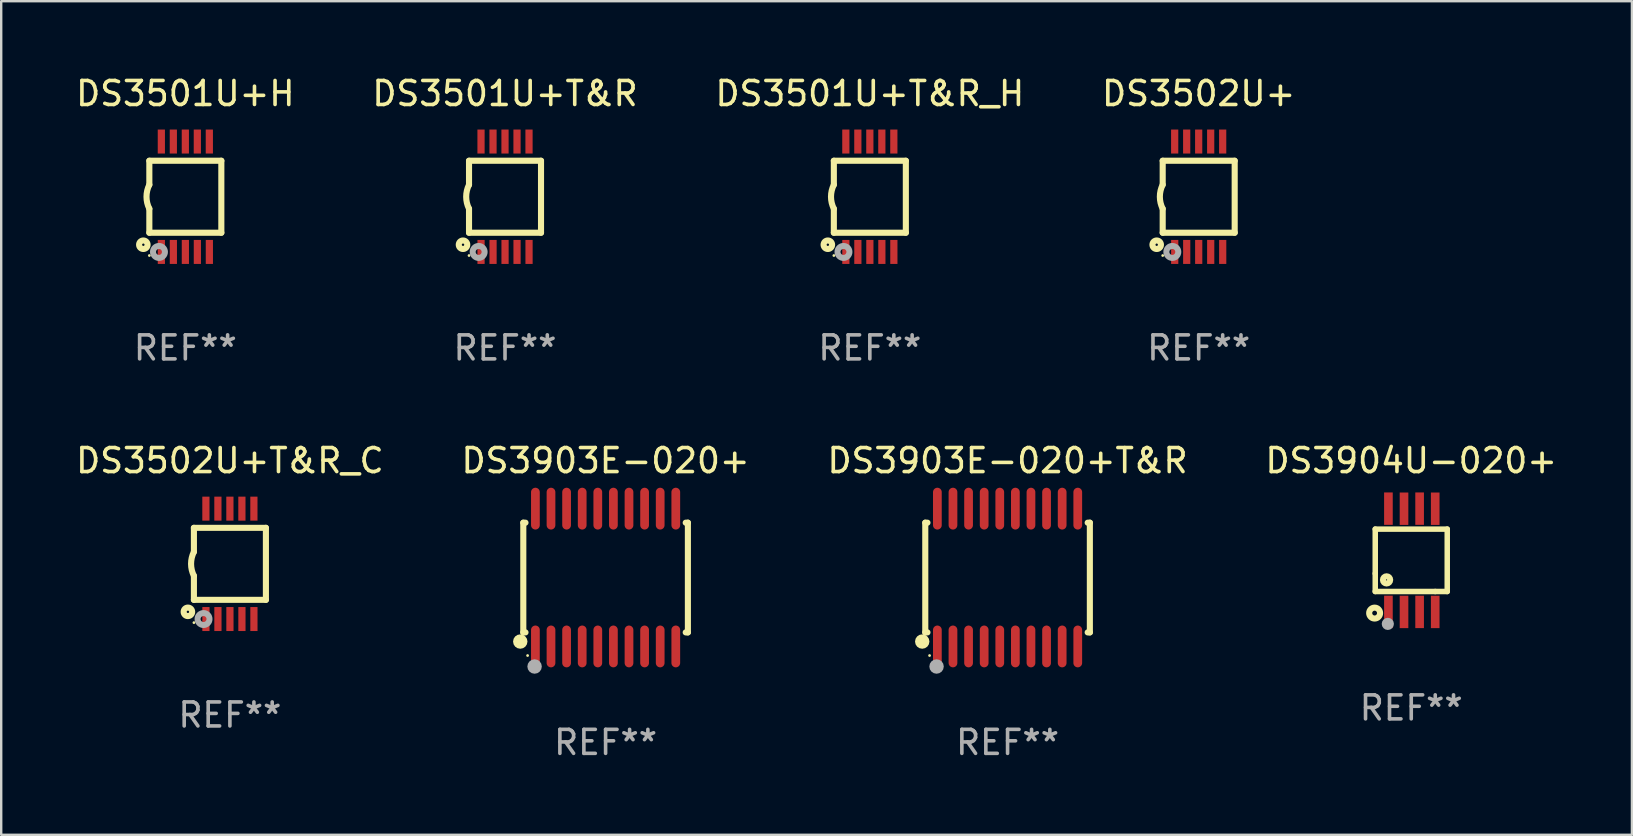
<source format=kicad_pcb>
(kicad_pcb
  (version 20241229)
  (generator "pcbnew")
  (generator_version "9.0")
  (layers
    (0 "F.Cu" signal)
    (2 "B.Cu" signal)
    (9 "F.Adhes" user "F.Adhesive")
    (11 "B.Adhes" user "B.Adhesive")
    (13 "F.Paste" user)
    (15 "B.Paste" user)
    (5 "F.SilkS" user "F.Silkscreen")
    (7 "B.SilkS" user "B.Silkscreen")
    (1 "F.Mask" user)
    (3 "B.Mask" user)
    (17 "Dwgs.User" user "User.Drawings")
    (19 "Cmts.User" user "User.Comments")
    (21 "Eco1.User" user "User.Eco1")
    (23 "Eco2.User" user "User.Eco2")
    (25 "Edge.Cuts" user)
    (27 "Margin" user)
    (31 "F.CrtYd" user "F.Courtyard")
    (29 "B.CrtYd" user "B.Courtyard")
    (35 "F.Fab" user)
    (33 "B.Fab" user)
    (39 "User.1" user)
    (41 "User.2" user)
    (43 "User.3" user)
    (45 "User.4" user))
  (footprint "DS3903E-020+T&R"
    (layer "F.Cu")
    (at 38.935 21.016)
    (property "Reference" "DS3903E-020+T&R" (at 0 -4.871 0) (layer "F.SilkS") (effects (font (size 1 1) (thickness 0.15))))
    (attr through_hole)
    (fp_line (start -3.429 -2.286) (end -3.429 2.286) (stroke (width 0.254) (type solid)) (layer "F.SilkS"))
    (fp_line (start -3.429 2.286) (end -3.338 2.286) (stroke (width 0.254) (type solid)) (layer "F.SilkS"))
    (fp_line (start -3.338 -2.286) (end -3.429 -2.286) (stroke (width 0.254) (type solid)) (layer "F.SilkS"))
    (fp_line (start 3.338 -2.286) (end 3.429 -2.286) (stroke (width 0.254) (type solid)) (layer "F.SilkS"))
    (fp_line (start 3.429 -2.286) (end 3.429 2.286) (stroke (width 0.254) (type solid)) (layer "F.SilkS"))
    (fp_line (start 3.429 2.286) (end 3.338 2.286) (stroke (width 0.254) (type solid)) (layer "F.SilkS"))
    (fp_circle (center -3.556 2.667) (end -3.406 2.667) (stroke (width 0.3) (type solid)) (fill no) (layer "F.SilkS"))
    (fp_circle (center -3.25 3.25) (end -3.22 3.25) (stroke (width 0.06) (type solid)) (fill no) (layer "F.SilkS"))
    (fp_circle (center -2.959 3.707) (end -2.808 3.707) (stroke (width 0.3) (type solid)) (fill no) (layer "F.Fab"))
    (fp_text user "REF**" (at 0 6.871 0) (layer "F.Fab") (effects (font (size 1 1) (thickness 0.15))))
    (pad "1" smd oval (at -2.925 2.871) (size 0.364 1.742) (layers "F.Cu" "F.Mask" "F.Paste"))
    (pad "2" smd oval (at -2.275 2.871) (size 0.364 1.742) (layers "F.Cu" "F.Mask" "F.Paste"))
    (pad "3" smd oval (at -1.625 2.871) (size 0.364 1.742) (layers "F.Cu" "F.Mask" "F.Paste"))
    (pad "4" smd oval (at -0.975 2.871) (size 0.364 1.742) (layers "F.Cu" "F.Mask" "F.Paste"))
    (pad "5" smd oval (at -0.325 2.871) (size 0.364 1.742) (layers "F.Cu" "F.Mask" "F.Paste"))
    (pad "6" smd oval (at 0.325 2.871) (size 0.364 1.742) (layers "F.Cu" "F.Mask" "F.Paste"))
    (pad "7" smd oval (at 0.975 2.871) (size 0.364 1.742) (layers "F.Cu" "F.Mask" "F.Paste"))
    (pad "8" smd oval (at 1.625 2.871) (size 0.364 1.742) (layers "F.Cu" "F.Mask" "F.Paste"))
    (pad "9" smd oval (at 2.275 2.871) (size 0.364 1.742) (layers "F.Cu" "F.Mask" "F.Paste"))
    (pad "10" smd oval (at 2.925 2.871) (size 0.364 1.742) (layers "F.Cu" "F.Mask" "F.Paste"))
    (pad "11" smd oval (at 2.925 -2.871) (size 0.364 1.742) (layers "F.Cu" "F.Mask" "F.Paste"))
    (pad "12" smd oval (at 2.275 -2.871) (size 0.364 1.742) (layers "F.Cu" "F.Mask" "F.Paste"))
    (pad "13" smd oval (at 1.625 -2.871) (size 0.364 1.742) (layers "F.Cu" "F.Mask" "F.Paste"))
    (pad "14" smd oval (at 0.975 -2.871) (size 0.364 1.742) (layers "F.Cu" "F.Mask" "F.Paste"))
    (pad "15" smd oval (at 0.325 -2.871) (size 0.364 1.742) (layers "F.Cu" "F.Mask" "F.Paste"))
    (pad "16" smd oval (at -0.325 -2.871) (size 0.364 1.742) (layers "F.Cu" "F.Mask" "F.Paste"))
    (pad "17" smd oval (at -0.975 -2.871) (size 0.364 1.742) (layers "F.Cu" "F.Mask" "F.Paste"))
    (pad "18" smd oval (at -1.625 -2.871) (size 0.364 1.742) (layers "F.Cu" "F.Mask" "F.Paste"))
    (pad "19" smd oval (at -2.275 -2.871) (size 0.364 1.742) (layers "F.Cu" "F.Mask" "F.Paste"))
    (pad "20" smd oval (at -2.925 -2.871) (size 0.364 1.742) (layers "F.Cu" "F.Mask" "F.Paste")))
  (footprint "DS3904U-020+"
    (layer "F.Cu")
    (at 55.756 20.297)
    (property "Reference" "DS3904U-020+" (at 0 -4.152 0) (layer "F.SilkS") (effects (font (size 1 1) (thickness 0.15))))
    (attr through_hole)
    (fp_line (start -1.5 1.301) (end 1 1.301) (stroke (width 0.229) (type solid)) (layer "F.SilkS"))
    (fp_line (start -1.5 -1.299) (end -1.5 0.551) (stroke (width 0.229) (type solid)) (layer "F.SilkS"))
    (fp_line (start -1.5 0.551) (end -1.5 1.301) (stroke (width 0.229) (type solid)) (layer "F.SilkS"))
    (fp_line (start 1 1.301) (end 1.5 1.301) (stroke (width 0.229) (type solid)) (layer "F.SilkS"))
    (fp_line (start 1.5 1.301) (end 1.5 -1.299) (stroke (width 0.229) (type solid)) (layer "F.SilkS"))
    (fp_line (start 1.5 -1.299) (end -1.5 -1.299) (stroke (width 0.229) (type solid)) (layer "F.SilkS"))
    (fp_circle (center -1.526 2.2) (end -1.426 2.2) (stroke (width 0.254) (type solid)) (fill no) (layer "F.SilkS"))
    (fp_circle (center -1.476 2.45) (end -1.446 2.45) (stroke (width 0.06) (type solid)) (fill no) (layer "F.SilkS"))
    (fp_circle (center -1.028 0.817) (end -0.878 0.817) (stroke (width 0.254) (type solid)) (fill no) (layer "F.SilkS"))
    (fp_circle (center -0.976 2.65) (end -0.849 2.65) (stroke (width 0.254) (type solid)) (fill no) (layer "F.Fab"))
    (fp_text user "REF**" (at 0 6.152 0) (layer "F.Fab") (effects (font (size 1 1) (thickness 0.15))))
    (pad "1" smd rect (at -0.951 2.15) (size 0.36 1.35) (layers "F.Cu" "F.Mask" "F.Paste"))
    (pad "2" smd rect (at -0.301 2.152) (size 0.36 1.35) (layers "F.Cu" "F.Mask" "F.Paste"))
    (pad "3" smd rect (at 0.349 2.151) (size 0.36 1.35) (layers "F.Cu" "F.Mask" "F.Paste"))
    (pad "4" smd rect (at 0.999 2.152) (size 0.36 1.35) (layers "F.Cu" "F.Mask" "F.Paste"))
    (pad "5" smd rect (at 0.999 -2.149) (size 0.36 1.35) (layers "F.Cu" "F.Mask" "F.Paste"))
    (pad "6" smd rect (at 0.349 -2.152) (size 0.36 1.35) (layers "F.Cu" "F.Mask" "F.Paste"))
    (pad "7" smd rect (at -0.301 -2.149) (size 0.36 1.35) (layers "F.Cu" "F.Mask" "F.Paste"))
    (pad "8" smd rect (at -0.951 -2.152) (size 0.36 1.35) (layers "F.Cu" "F.Mask" "F.Paste")))
  (footprint "DS3501U+T&R"
    (layer "F.Cu")
    (at 17.994 5.148)
    (property "Reference" "DS3501U+T&R" (at 0 -4.3 0) (layer "F.SilkS") (effects (font (size 1 1) (thickness 0.15))))
    (attr through_hole)
    (fp_line (start -1.5 -1.5) (end -1.5 -0.5) (stroke (width 0.254) (type solid)) (layer "F.SilkS"))
    (fp_line (start -1.5 1.5) (end -1.5 0.5) (stroke (width 0.254) (type solid)) (layer "F.SilkS"))
    (fp_line (start -1.5 1.5) (end 1.5 1.5) (stroke (width 0.254) (type solid)) (layer "F.SilkS"))
    (fp_line (start 1.5 1.5) (end 1.5 -1.5) (stroke (width 0.254) (type solid)) (layer "F.SilkS"))
    (fp_line (start 1.5 -1.5) (end -1.5 -1.5) (stroke (width 0.254) (type solid)) (layer "F.SilkS"))
    (fp_arc (start -1.500165 0.5) (mid -1.618199 0) (end -1.500165 -0.5) (stroke (width 0.254001) (type solid)) (layer "F.SilkS"))
    (fp_circle (center -1.75 2) (end -1.573 2) (stroke (width 0.254) (type solid)) (fill no) (layer "F.SilkS"))
    (fp_circle (center -1.499 2.45) (end -1.469 2.45) (stroke (width 0.06) (type solid)) (fill no) (layer "F.SilkS"))
    (fp_circle (center -1.099 2.3) (end -0.975 2.3) (stroke (width 0.25) (type solid)) (fill no) (layer "F.Fab"))
    (fp_text user "REF**" (at 0 6.3 0) (layer "F.Fab") (effects (font (size 1 1) (thickness 0.15))))
    (pad "1" smd rect (at -0.999 2.3 180) (size 0.3 1) (layers "F.Cu" "F.Mask" "F.Paste"))
    (pad "2" smd rect (at -0.499 2.3 180) (size 0.3 1) (layers "F.Cu" "F.Mask" "F.Paste"))
    (pad "3" smd rect (at 0.001 2.3 180) (size 0.3 1) (layers "F.Cu" "F.Mask" "F.Paste"))
    (pad "4" smd rect (at 0.501 2.3 180) (size 0.3 1) (layers "F.Cu" "F.Mask" "F.Paste"))
    (pad "5" smd rect (at 1.001 2.3 180) (size 0.3 1) (layers "F.Cu" "F.Mask" "F.Paste"))
    (pad "6" smd rect (at 1 -2.3 180) (size 0.3 1) (layers "F.Cu" "F.Mask" "F.Paste"))
    (pad "7" smd rect (at 0.5 -2.3 180) (size 0.3 1) (layers "F.Cu" "F.Mask" "F.Paste"))
    (pad "8" smd rect (at -0.000165 -2.3 180) (size 0.3 1) (layers "F.Cu" "F.Mask" "F.Paste"))
    (pad "9" smd rect (at -0.5 -2.3 180) (size 0.3 1) (layers "F.Cu" "F.Mask" "F.Paste"))
    (pad "10" smd rect (at -1 -2.3 180) (size 0.3 1) (layers "F.Cu" "F.Mask" "F.Paste")))
  (footprint "DS3903E-020+"
    (layer "F.Cu")
    (at 22.185 21.016)
    (property "Reference" "DS3903E-020+" (at 0 -4.871 0) (layer "F.SilkS") (effects (font (size 1 1) (thickness 0.15))))
    (attr through_hole)
    (fp_line (start -3.429 -2.286) (end -3.429 2.286) (stroke (width 0.254) (type solid)) (layer "F.SilkS"))
    (fp_line (start -3.429 2.286) (end -3.338 2.286) (stroke (width 0.254) (type solid)) (layer "F.SilkS"))
    (fp_line (start -3.338 -2.286) (end -3.429 -2.286) (stroke (width 0.254) (type solid)) (layer "F.SilkS"))
    (fp_line (start 3.338 -2.286) (end 3.429 -2.286) (stroke (width 0.254) (type solid)) (layer "F.SilkS"))
    (fp_line (start 3.429 -2.286) (end 3.429 2.286) (stroke (width 0.254) (type solid)) (layer "F.SilkS"))
    (fp_line (start 3.429 2.286) (end 3.338 2.286) (stroke (width 0.254) (type solid)) (layer "F.SilkS"))
    (fp_circle (center -3.556 2.667) (end -3.406 2.667) (stroke (width 0.3) (type solid)) (fill no) (layer "F.SilkS"))
    (fp_circle (center -3.25 3.25) (end -3.22 3.25) (stroke (width 0.06) (type solid)) (fill no) (layer "F.SilkS"))
    (fp_circle (center -2.959 3.707) (end -2.808 3.707) (stroke (width 0.3) (type solid)) (fill no) (layer "F.Fab"))
    (fp_text user "REF**" (at 0 6.871 0) (layer "F.Fab") (effects (font (size 1 1) (thickness 0.15))))
    (pad "1" smd oval (at -2.925 2.871) (size 0.364 1.742) (layers "F.Cu" "F.Mask" "F.Paste"))
    (pad "2" smd oval (at -2.275 2.871) (size 0.364 1.742) (layers "F.Cu" "F.Mask" "F.Paste"))
    (pad "3" smd oval (at -1.625 2.871) (size 0.364 1.742) (layers "F.Cu" "F.Mask" "F.Paste"))
    (pad "4" smd oval (at -0.975 2.871) (size 0.364 1.742) (layers "F.Cu" "F.Mask" "F.Paste"))
    (pad "5" smd oval (at -0.325 2.871) (size 0.364 1.742) (layers "F.Cu" "F.Mask" "F.Paste"))
    (pad "6" smd oval (at 0.325 2.871) (size 0.364 1.742) (layers "F.Cu" "F.Mask" "F.Paste"))
    (pad "7" smd oval (at 0.975 2.871) (size 0.364 1.742) (layers "F.Cu" "F.Mask" "F.Paste"))
    (pad "8" smd oval (at 1.625 2.871) (size 0.364 1.742) (layers "F.Cu" "F.Mask" "F.Paste"))
    (pad "9" smd oval (at 2.275 2.871) (size 0.364 1.742) (layers "F.Cu" "F.Mask" "F.Paste"))
    (pad "10" smd oval (at 2.925 2.871) (size 0.364 1.742) (layers "F.Cu" "F.Mask" "F.Paste"))
    (pad "11" smd oval (at 2.925 -2.871) (size 0.364 1.742) (layers "F.Cu" "F.Mask" "F.Paste"))
    (pad "12" smd oval (at 2.275 -2.871) (size 0.364 1.742) (layers "F.Cu" "F.Mask" "F.Paste"))
    (pad "13" smd oval (at 1.625 -2.871) (size 0.364 1.742) (layers "F.Cu" "F.Mask" "F.Paste"))
    (pad "14" smd oval (at 0.975 -2.871) (size 0.364 1.742) (layers "F.Cu" "F.Mask" "F.Paste"))
    (pad "15" smd oval (at 0.325 -2.871) (size 0.364 1.742) (layers "F.Cu" "F.Mask" "F.Paste"))
    (pad "16" smd oval (at -0.325 -2.871) (size 0.364 1.742) (layers "F.Cu" "F.Mask" "F.Paste"))
    (pad "17" smd oval (at -0.975 -2.871) (size 0.364 1.742) (layers "F.Cu" "F.Mask" "F.Paste"))
    (pad "18" smd oval (at -1.625 -2.871) (size 0.364 1.742) (layers "F.Cu" "F.Mask" "F.Paste"))
    (pad "19" smd oval (at -2.275 -2.871) (size 0.364 1.742) (layers "F.Cu" "F.Mask" "F.Paste"))
    (pad "20" smd oval (at -2.925 -2.871) (size 0.364 1.742) (layers "F.Cu" "F.Mask" "F.Paste")))
  (footprint "DS3501U+T&R_H"
    (layer "F.Cu")
    (at 33.196 5.148)
    (property "Reference" "DS3501U+T&R_H" (at 0 -4.3 0) (layer "F.SilkS") (effects (font (size 1 1) (thickness 0.15))))
    (attr through_hole)
    (fp_line (start -1.5 -1.5) (end -1.5 -0.5) (stroke (width 0.254) (type solid)) (layer "F.SilkS"))
    (fp_line (start -1.5 1.5) (end -1.5 0.5) (stroke (width 0.254) (type solid)) (layer "F.SilkS"))
    (fp_line (start -1.5 1.5) (end 1.5 1.5) (stroke (width 0.254) (type solid)) (layer "F.SilkS"))
    (fp_line (start 1.5 1.5) (end 1.5 -1.5) (stroke (width 0.254) (type solid)) (layer "F.SilkS"))
    (fp_line (start 1.5 -1.5) (end -1.5 -1.5) (stroke (width 0.254) (type solid)) (layer "F.SilkS"))
    (fp_arc (start -1.500165 0.5) (mid -1.618199 0) (end -1.500165 -0.5) (stroke (width 0.254001) (type solid)) (layer "F.SilkS"))
    (fp_circle (center -1.75 2) (end -1.573 2) (stroke (width 0.254) (type solid)) (fill no) (layer "F.SilkS"))
    (fp_circle (center -1.499 2.45) (end -1.469 2.45) (stroke (width 0.06) (type solid)) (fill no) (layer "F.SilkS"))
    (fp_circle (center -1.099 2.3) (end -0.975 2.3) (stroke (width 0.25) (type solid)) (fill no) (layer "F.Fab"))
    (fp_text user "REF**" (at 0 6.3 0) (layer "F.Fab") (effects (font (size 1 1) (thickness 0.15))))
    (pad "1" smd rect (at -0.999 2.3 180) (size 0.3 1) (layers "F.Cu" "F.Mask" "F.Paste"))
    (pad "2" smd rect (at -0.499 2.3 180) (size 0.3 1) (layers "F.Cu" "F.Mask" "F.Paste"))
    (pad "3" smd rect (at 0.001 2.3 180) (size 0.3 1) (layers "F.Cu" "F.Mask" "F.Paste"))
    (pad "4" smd rect (at 0.501 2.3 180) (size 0.3 1) (layers "F.Cu" "F.Mask" "F.Paste"))
    (pad "5" smd rect (at 1.001 2.3 180) (size 0.3 1) (layers "F.Cu" "F.Mask" "F.Paste"))
    (pad "6" smd rect (at 1 -2.3 180) (size 0.3 1) (layers "F.Cu" "F.Mask" "F.Paste"))
    (pad "7" smd rect (at 0.5 -2.3 180) (size 0.3 1) (layers "F.Cu" "F.Mask" "F.Paste"))
    (pad "8" smd rect (at -0.000165 -2.3 180) (size 0.3 1) (layers "F.Cu" "F.Mask" "F.Paste"))
    (pad "9" smd rect (at -0.5 -2.3 180) (size 0.3 1) (layers "F.Cu" "F.Mask" "F.Paste"))
    (pad "10" smd rect (at -1 -2.3 180) (size 0.3 1) (layers "F.Cu" "F.Mask" "F.Paste")))
  (footprint "DS3502U+T&R_C"
    (layer "F.Cu")
    (at 6.53 20.445)
    (property "Reference" "DS3502U+T&R_C" (at 0 -4.3 0) (layer "F.SilkS") (effects (font (size 1 1) (thickness 0.15))))
    (attr through_hole)
    (fp_line (start -1.5 -1.5) (end -1.5 -0.5) (stroke (width 0.254) (type solid)) (layer "F.SilkS"))
    (fp_line (start -1.5 1.5) (end -1.5 0.5) (stroke (width 0.254) (type solid)) (layer "F.SilkS"))
    (fp_line (start -1.5 1.5) (end 1.5 1.5) (stroke (width 0.254) (type solid)) (layer "F.SilkS"))
    (fp_line (start 1.5 1.5) (end 1.5 -1.5) (stroke (width 0.254) (type solid)) (layer "F.SilkS"))
    (fp_line (start 1.5 -1.5) (end -1.5 -1.5) (stroke (width 0.254) (type solid)) (layer "F.SilkS"))
    (fp_arc (start -1.500165 0.5) (mid -1.618199 0) (end -1.500165 -0.5) (stroke (width 0.254001) (type solid)) (layer "F.SilkS"))
    (fp_circle (center -1.75 2) (end -1.573 2) (stroke (width 0.254) (type solid)) (fill no) (layer "F.SilkS"))
    (fp_circle (center -1.499 2.45) (end -1.469 2.45) (stroke (width 0.06) (type solid)) (fill no) (layer "F.SilkS"))
    (fp_circle (center -1.099 2.3) (end -0.975 2.3) (stroke (width 0.25) (type solid)) (fill no) (layer "F.Fab"))
    (fp_text user "REF**" (at 0 6.3 0) (layer "F.Fab") (effects (font (size 1 1) (thickness 0.15))))
    (pad "1" smd rect (at -0.999 2.3 180) (size 0.3 1) (layers "F.Cu" "F.Mask" "F.Paste"))
    (pad "2" smd rect (at -0.499 2.3 180) (size 0.3 1) (layers "F.Cu" "F.Mask" "F.Paste"))
    (pad "3" smd rect (at 0.001 2.3 180) (size 0.3 1) (layers "F.Cu" "F.Mask" "F.Paste"))
    (pad "4" smd rect (at 0.501 2.3 180) (size 0.3 1) (layers "F.Cu" "F.Mask" "F.Paste"))
    (pad "5" smd rect (at 1.001 2.3 180) (size 0.3 1) (layers "F.Cu" "F.Mask" "F.Paste"))
    (pad "6" smd rect (at 1 -2.3 180) (size 0.3 1) (layers "F.Cu" "F.Mask" "F.Paste"))
    (pad "7" smd rect (at 0.5 -2.3 180) (size 0.3 1) (layers "F.Cu" "F.Mask" "F.Paste"))
    (pad "8" smd rect (at -0.000165 -2.3 180) (size 0.3 1) (layers "F.Cu" "F.Mask" "F.Paste"))
    (pad "9" smd rect (at -0.5 -2.3 180) (size 0.3 1) (layers "F.Cu" "F.Mask" "F.Paste"))
    (pad "10" smd rect (at -1 -2.3 180) (size 0.3 1) (layers "F.Cu" "F.Mask" "F.Paste")))
  (footprint "DS3501U+H"
    (layer "F.Cu")
    (at 4.673 5.148)
    (property "Reference" "DS3501U+H" (at 0 -4.3 0) (layer "F.SilkS") (effects (font (size 1 1) (thickness 0.15))))
    (attr through_hole)
    (fp_line (start -1.5 -1.5) (end -1.5 -0.5) (stroke (width 0.254) (type solid)) (layer "F.SilkS"))
    (fp_line (start -1.5 1.5) (end -1.5 0.5) (stroke (width 0.254) (type solid)) (layer "F.SilkS"))
    (fp_line (start -1.5 1.5) (end 1.5 1.5) (stroke (width 0.254) (type solid)) (layer "F.SilkS"))
    (fp_line (start 1.5 1.5) (end 1.5 -1.5) (stroke (width 0.254) (type solid)) (layer "F.SilkS"))
    (fp_line (start 1.5 -1.5) (end -1.5 -1.5) (stroke (width 0.254) (type solid)) (layer "F.SilkS"))
    (fp_arc (start -1.500165 0.5) (mid -1.618199 0) (end -1.500165 -0.5) (stroke (width 0.254001) (type solid)) (layer "F.SilkS"))
    (fp_circle (center -1.75 2) (end -1.573 2) (stroke (width 0.254) (type solid)) (fill no) (layer "F.SilkS"))
    (fp_circle (center -1.499 2.45) (end -1.469 2.45) (stroke (width 0.06) (type solid)) (fill no) (layer "F.SilkS"))
    (fp_circle (center -1.099 2.3) (end -0.975 2.3) (stroke (width 0.25) (type solid)) (fill no) (layer "F.Fab"))
    (fp_text user "REF**" (at 0 6.3 0) (layer "F.Fab") (effects (font (size 1 1) (thickness 0.15))))
    (pad "1" smd rect (at -0.999 2.3 180) (size 0.3 1) (layers "F.Cu" "F.Mask" "F.Paste"))
    (pad "2" smd rect (at -0.499 2.3 180) (size 0.3 1) (layers "F.Cu" "F.Mask" "F.Paste"))
    (pad "3" smd rect (at 0.001 2.3 180) (size 0.3 1) (layers "F.Cu" "F.Mask" "F.Paste"))
    (pad "4" smd rect (at 0.501 2.3 180) (size 0.3 1) (layers "F.Cu" "F.Mask" "F.Paste"))
    (pad "5" smd rect (at 1.001 2.3 180) (size 0.3 1) (layers "F.Cu" "F.Mask" "F.Paste"))
    (pad "6" smd rect (at 1 -2.3 180) (size 0.3 1) (layers "F.Cu" "F.Mask" "F.Paste"))
    (pad "7" smd rect (at 0.5 -2.3 180) (size 0.3 1) (layers "F.Cu" "F.Mask" "F.Paste"))
    (pad "8" smd rect (at -0.000165 -2.3 180) (size 0.3 1) (layers "F.Cu" "F.Mask" "F.Paste"))
    (pad "9" smd rect (at -0.5 -2.3 180) (size 0.3 1) (layers "F.Cu" "F.Mask" "F.Paste"))
    (pad "10" smd rect (at -1 -2.3 180) (size 0.3 1) (layers "F.Cu" "F.Mask" "F.Paste")))
  (footprint "DS3502U+"
    (layer "F.Cu")
    (at 46.899 5.148)
    (property "Reference" "DS3502U+" (at 0 -4.3 0) (layer "F.SilkS") (effects (font (size 1 1) (thickness 0.15))))
    (attr through_hole)
    (fp_line (start -1.5 -1.5) (end -1.5 -0.5) (stroke (width 0.254) (type solid)) (layer "F.SilkS"))
    (fp_line (start -1.5 1.5) (end -1.5 0.5) (stroke (width 0.254) (type solid)) (layer "F.SilkS"))
    (fp_line (start -1.5 1.5) (end 1.5 1.5) (stroke (width 0.254) (type solid)) (layer "F.SilkS"))
    (fp_line (start 1.5 1.5) (end 1.5 -1.5) (stroke (width 0.254) (type solid)) (layer "F.SilkS"))
    (fp_line (start 1.5 -1.5) (end -1.5 -1.5) (stroke (width 0.254) (type solid)) (layer "F.SilkS"))
    (fp_arc (start -1.500165 0.5) (mid -1.618199 0) (end -1.500165 -0.5) (stroke (width 0.254001) (type solid)) (layer "F.SilkS"))
    (fp_circle (center -1.75 2) (end -1.573 2) (stroke (width 0.254) (type solid)) (fill no) (layer "F.SilkS"))
    (fp_circle (center -1.499 2.45) (end -1.469 2.45) (stroke (width 0.06) (type solid)) (fill no) (layer "F.SilkS"))
    (fp_circle (center -1.099 2.3) (end -0.975 2.3) (stroke (width 0.25) (type solid)) (fill no) (layer "F.Fab"))
    (fp_text user "REF**" (at 0 6.3 0) (layer "F.Fab") (effects (font (size 1 1) (thickness 0.15))))
    (pad "1" smd rect (at -0.999 2.3 180) (size 0.3 1) (layers "F.Cu" "F.Mask" "F.Paste"))
    (pad "2" smd rect (at -0.499 2.3 180) (size 0.3 1) (layers "F.Cu" "F.Mask" "F.Paste"))
    (pad "3" smd rect (at 0.001 2.3 180) (size 0.3 1) (layers "F.Cu" "F.Mask" "F.Paste"))
    (pad "4" smd rect (at 0.501 2.3 180) (size 0.3 1) (layers "F.Cu" "F.Mask" "F.Paste"))
    (pad "5" smd rect (at 1.001 2.3 180) (size 0.3 1) (layers "F.Cu" "F.Mask" "F.Paste"))
    (pad "6" smd rect (at 1 -2.3 180) (size 0.3 1) (layers "F.Cu" "F.Mask" "F.Paste"))
    (pad "7" smd rect (at 0.5 -2.3 180) (size 0.3 1) (layers "F.Cu" "F.Mask" "F.Paste"))
    (pad "8" smd rect (at -0.000165 -2.3 180) (size 0.3 1) (layers "F.Cu" "F.Mask" "F.Paste"))
    (pad "9" smd rect (at -0.5 -2.3 180) (size 0.3 1) (layers "F.Cu" "F.Mask" "F.Paste"))
    (pad "10" smd rect (at -1 -2.3 180) (size 0.3 1) (layers "F.Cu" "F.Mask" "F.Paste")))
  (gr_rect
    (start -3 -3)
    (end 64.952 31.735)
    (stroke (width 0.1) (type default))
    (fill no)
    (layer "Edge.Cuts")))
</source>
